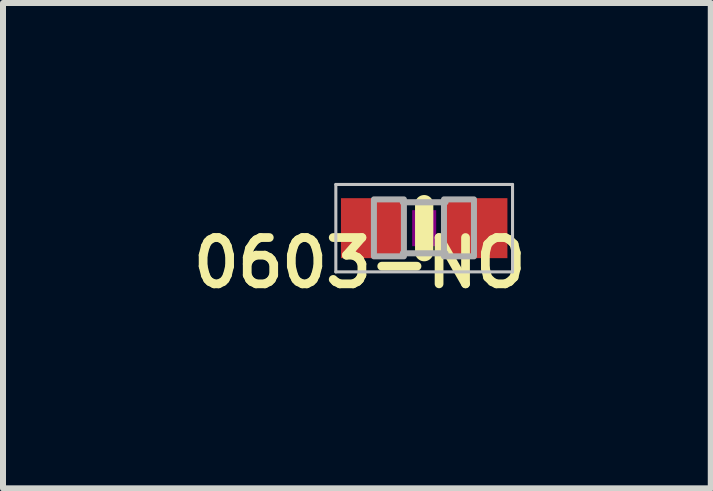
<source format=kicad_pcb>
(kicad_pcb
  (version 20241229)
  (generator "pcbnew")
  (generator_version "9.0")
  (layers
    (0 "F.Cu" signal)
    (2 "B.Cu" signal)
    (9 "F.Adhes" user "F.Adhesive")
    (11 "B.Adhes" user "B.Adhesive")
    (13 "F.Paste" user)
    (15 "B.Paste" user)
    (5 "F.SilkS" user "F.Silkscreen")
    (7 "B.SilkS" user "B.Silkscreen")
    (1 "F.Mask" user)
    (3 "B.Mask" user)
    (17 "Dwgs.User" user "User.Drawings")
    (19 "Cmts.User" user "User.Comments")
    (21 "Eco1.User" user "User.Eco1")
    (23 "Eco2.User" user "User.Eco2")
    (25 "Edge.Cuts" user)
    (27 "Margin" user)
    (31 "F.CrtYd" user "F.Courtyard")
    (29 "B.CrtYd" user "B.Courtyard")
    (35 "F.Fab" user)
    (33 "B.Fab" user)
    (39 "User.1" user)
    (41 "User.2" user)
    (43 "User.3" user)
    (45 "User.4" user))
  (footprint "0603-NO"
    (layer "F.Cu")
    (at 4.022 0.754)
    (property "Reference" "0603-NO" (at 1.778 0.127 0) (layer "F.SilkS") (effects (font (size 0.772 0.772) (thickness 0.146)) (justify right top)))
    (attr through_hole)
    (fp_line (start 0 -0.4) (end 0 0.4) (stroke (width 0.305) (type solid)) (layer "F.SilkS"))
    (fp_poly (pts (xy -0.2 0.3) (xy 0.2 0.3) (xy 0.2 -0.3) (xy -0.2 -0.3)) (stroke (width 0) (type solid)) (fill yes) (layer "F.Adhes"))
    (fp_line (start -1.473 -0.729) (end 1.473 -0.729) (stroke (width 0.051) (type solid)) (layer "Dwgs.User"))
    (fp_line (start -1.473 0.729) (end -1.473 -0.729) (stroke (width 0.051) (type solid)) (layer "Dwgs.User"))
    (fp_line (start 1.473 -0.729) (end 1.473 0.729) (stroke (width 0.051) (type solid)) (layer "Dwgs.User"))
    (fp_line (start 1.473 0.729) (end -1.473 0.729) (stroke (width 0.051) (type solid)) (layer "Dwgs.User"))
    (fp_line (start -0.356 -0.432) (end 0.356 -0.432) (stroke (width 0.102) (type solid)) (layer "F.Fab"))
    (fp_line (start -0.356 0.419) (end 0.356 0.419) (stroke (width 0.102) (type solid)) (layer "F.Fab"))
    (fp_poly (pts (xy -0.838 0.47) (xy -0.338 0.47) (xy -0.338 -0.48) (xy -0.838 -0.48)) (stroke (width 0.1) (type solid)) (fill no) (layer "F.Fab"))
    (fp_poly (pts (xy 0.33 0.47) (xy 0.83 0.47) (xy 0.83 -0.48) (xy 0.33 -0.48)) (stroke (width 0.1) (type solid)) (fill no) (layer "F.Fab"))
    (pad "1" smd rect (at -0.85 0) (size 1.075 1) (layers "F.Cu" "F.Mask" "F.Paste"))
    (pad "2" smd rect (at 0.85 0) (size 1.075 1) (layers "F.Cu" "F.Mask" "F.Paste")))
  (gr_rect
    (start -3 -3)
    (end 8.8 5.092)
    (stroke (width 0.1) (type default))
    (fill no)
    (layer "Edge.Cuts")))
</source>
